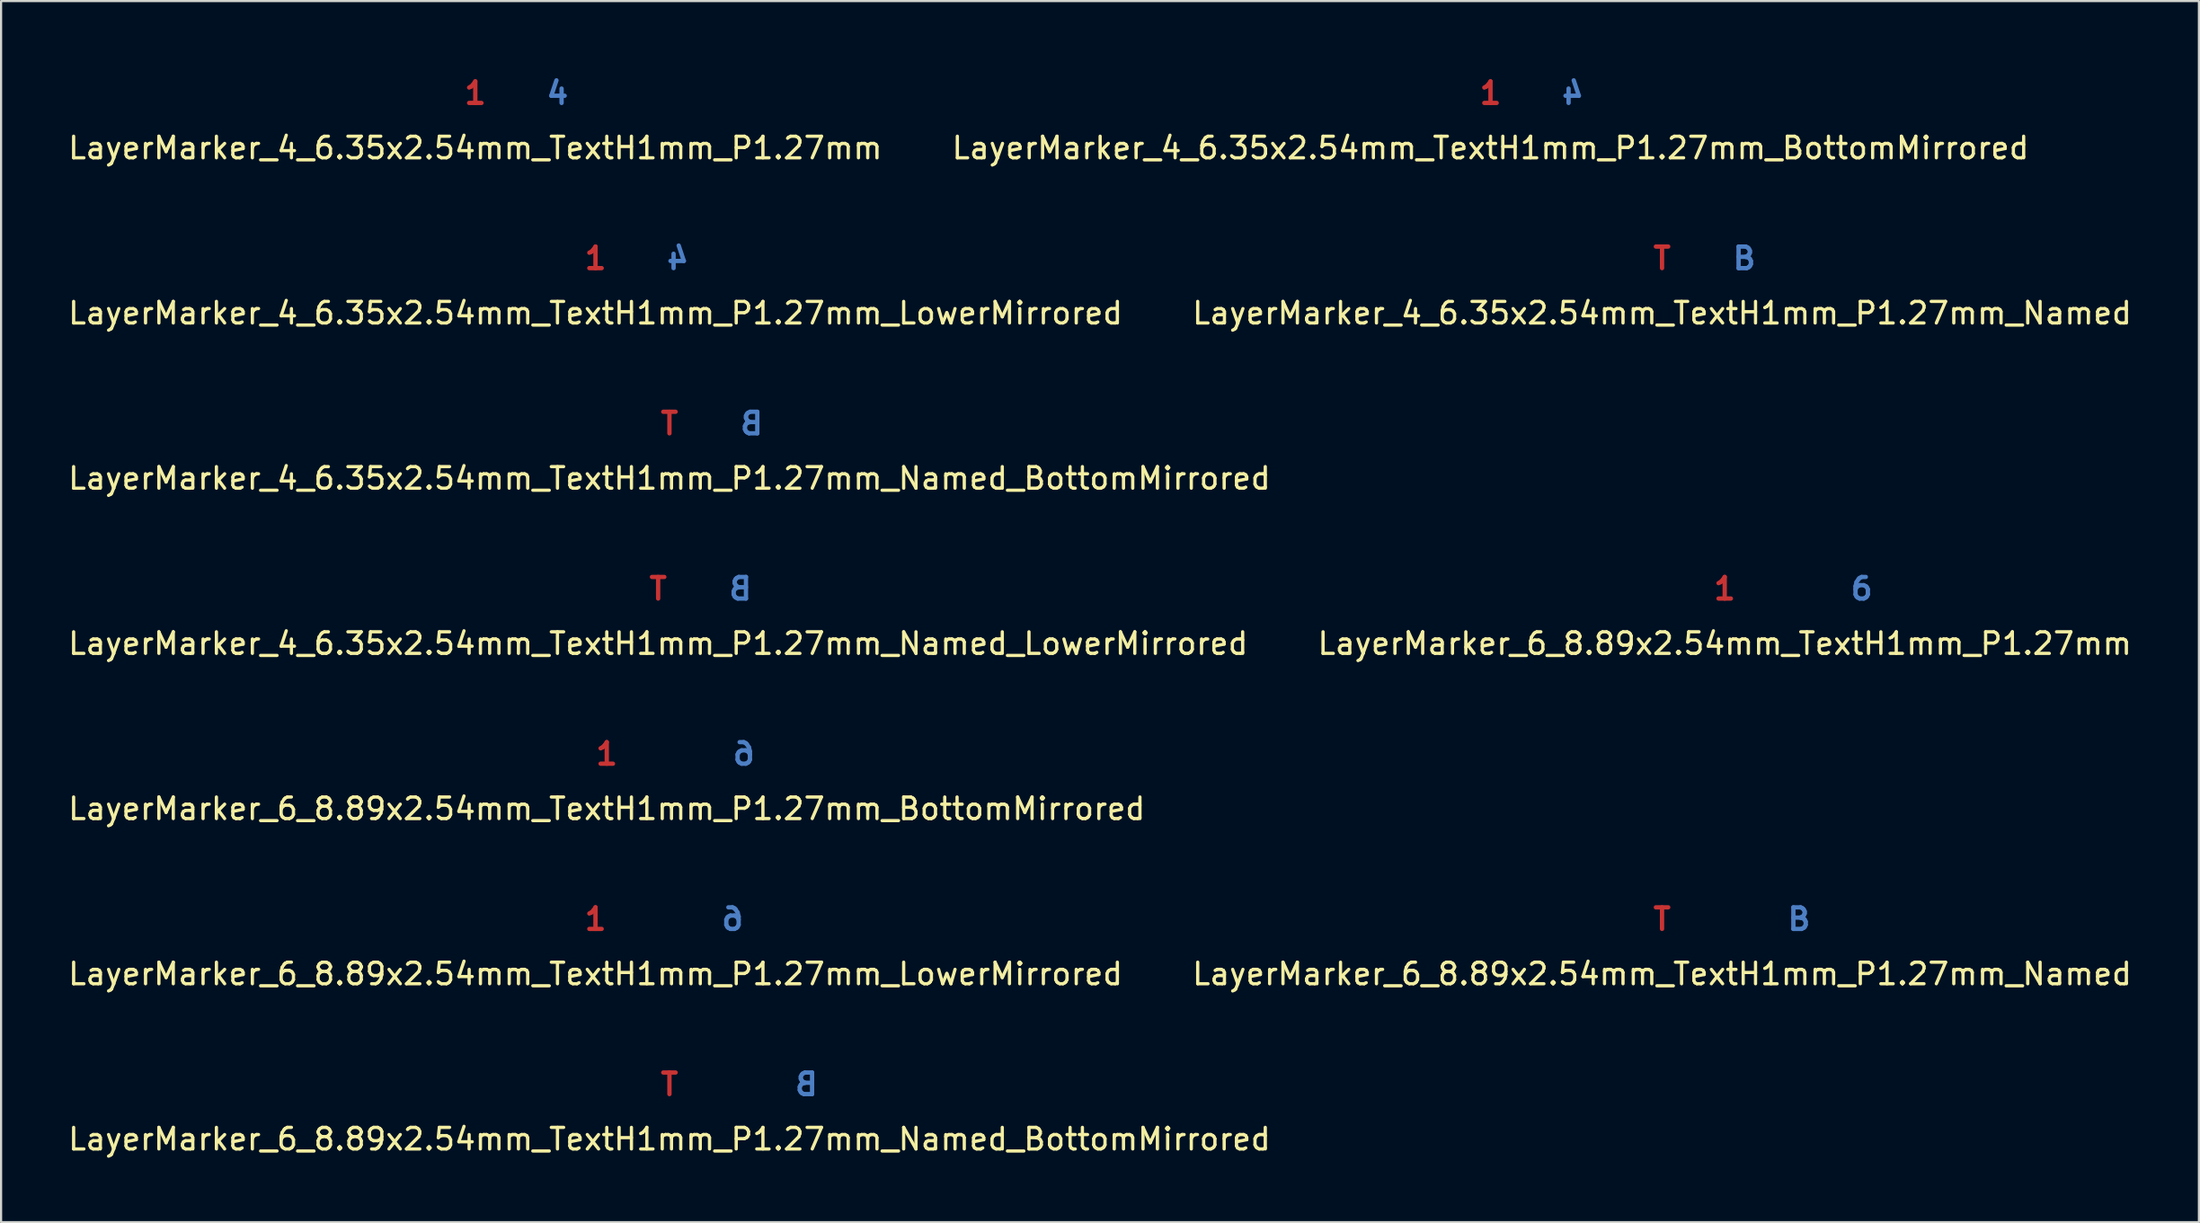
<source format=kicad_pcb>
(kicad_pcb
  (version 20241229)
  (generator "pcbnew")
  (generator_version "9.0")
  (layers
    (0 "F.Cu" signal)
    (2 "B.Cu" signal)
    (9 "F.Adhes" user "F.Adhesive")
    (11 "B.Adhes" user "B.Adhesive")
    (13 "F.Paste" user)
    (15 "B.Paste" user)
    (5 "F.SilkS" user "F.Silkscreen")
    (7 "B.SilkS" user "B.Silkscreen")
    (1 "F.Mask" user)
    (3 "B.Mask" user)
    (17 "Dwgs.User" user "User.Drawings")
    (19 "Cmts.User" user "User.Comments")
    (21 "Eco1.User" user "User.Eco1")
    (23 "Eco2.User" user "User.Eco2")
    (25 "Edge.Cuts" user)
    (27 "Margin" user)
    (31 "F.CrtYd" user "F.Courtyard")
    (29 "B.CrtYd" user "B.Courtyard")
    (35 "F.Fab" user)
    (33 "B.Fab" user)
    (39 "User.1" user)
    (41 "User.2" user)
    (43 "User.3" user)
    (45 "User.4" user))
  (footprint "LayerMarker_6_8.89x2.54mm_TextH1mm_P1.27mm_Named_BottomMirrored"
    (layer "F.Cu")
    (at 27.982 48.489)
    (property "Reference" "LayerMarker_6_8.89x2.54mm_TextH1mm_P1.27mm_Named_BottomMirrored" (at 0 1.27 0) (layer "F.SilkS") (effects (font (size 1 1) (thickness 0.15))))
    (attr board_only exclude_from_pos_files exclude_from_bom allow_missing_courtyard)
    (fp_text user "T" (at 0 -1.27 0) (layer "F.Cu") (effects (font (size 1 1) (thickness 0.2))))
    (fp_text user "B" (at 6.35 -1.27 0) (layer "B.Cu") (effects (font (size 1 1) (thickness 0.2)) (justify mirror)))
    (fp_text user "1" (at 1.27 -1.27 0) (layer "In1.Cu") (effects (font (size 1 1) (thickness 0.2))))
    (fp_text user "2" (at 2.54 -1.27 0) (layer "In2.Cu") (effects (font (size 1 1) (thickness 0.2))))
    (fp_text user "3" (at 3.81 -1.27 0) (layer "In3.Cu") (effects (font (size 1 1) (thickness 0.2))))
    (fp_text user "4" (at 5.08 -1.27 0) (layer "In4.Cu") (effects (font (size 1 1) (thickness 0.2))))
    (zone (net_name "") (layers "F.Cu" "B.Cu") (hatch edge 0.5) (connect_pads) (min_thickness 0.25) (filled_areas_thickness no) (keepout (tracks not_allowed) (vias not_allowed) (pads not_allowed) (copperpour not_allowed) (footprints allowed)) (placement (enabled no)) (fill) (polygon (pts (xy 26.712 45.95) (xy 35.602 45.95) (xy 35.602 48.489) (xy 26.712 48.489)))))
  (footprint "LayerMarker_4_6.35x2.54mm_TextH1mm_P1.27mm"
    (layer "F.Cu")
    (at 18.982 2.54)
    (property "Reference" "LayerMarker_4_6.35x2.54mm_TextH1mm_P1.27mm" (at 0 1.27 0) (layer "F.SilkS") (effects (font (size 1 1) (thickness 0.15))))
    (attr board_only exclude_from_pos_files exclude_from_bom allow_missing_courtyard)
    (fp_text user "1" (at 0 -1.27 0) (layer "F.Cu") (effects (font (size 1 1) (thickness 0.2))))
    (fp_text user "4" (at 3.81 -1.27 0) (layer "B.Cu") (effects (font (size 1 1) (thickness 0.2))))
    (fp_text user "2" (at 1.27 -1.27 0) (layer "In1.Cu") (effects (font (size 1 1) (thickness 0.2))))
    (fp_text user "3" (at 2.54 -1.27 0) (layer "In2.Cu") (effects (font (size 1 1) (thickness 0.2))))
    (zone (net_name "") (layers "F.Cu" "B.Cu") (hatch edge 0.5) (connect_pads) (min_thickness 0.25) (filled_areas_thickness no) (keepout (tracks not_allowed) (vias not_allowed) (pads not_allowed) (copperpour not_allowed) (footprints allowed)) (placement (enabled no)) (fill) (polygon (pts (xy 17.712 0) (xy 24.062 0) (xy 24.062 2.54) (xy 17.712 2.54)))))
  (footprint "LayerMarker_6_8.89x2.54mm_TextH1mm_P1.27mm_BottomMirrored"
    (layer "F.Cu")
    (at 25.077 33.173)
    (property "Reference" "LayerMarker_6_8.89x2.54mm_TextH1mm_P1.27mm_BottomMirrored" (at 0 1.27 0) (layer "F.SilkS") (effects (font (size 1 1) (thickness 0.15))))
    (attr board_only exclude_from_pos_files exclude_from_bom allow_missing_courtyard)
    (fp_text user "1" (at 0 -1.27 0) (layer "F.Cu") (effects (font (size 1 1) (thickness 0.2))))
    (fp_text user "6" (at 6.35 -1.27 0) (layer "B.Cu") (effects (font (size 1 1) (thickness 0.2)) (justify mirror)))
    (fp_text user "2" (at 1.27 -1.27 0) (layer "In1.Cu") (effects (font (size 1 1) (thickness 0.2))))
    (fp_text user "3" (at 2.54 -1.27 0) (layer "In2.Cu") (effects (font (size 1 1) (thickness 0.2))))
    (fp_text user "4" (at 3.81 -1.27 0) (layer "In3.Cu") (effects (font (size 1 1) (thickness 0.2))))
    (fp_text user "5" (at 5.08 -1.27 0) (layer "In4.Cu") (effects (font (size 1 1) (thickness 0.2))))
    (zone (net_name "") (layers "F.Cu" "B.Cu") (hatch edge 0.5) (connect_pads) (min_thickness 0.25) (filled_areas_thickness no) (keepout (tracks not_allowed) (vias not_allowed) (pads not_allowed) (copperpour not_allowed) (footprints allowed)) (placement (enabled no)) (fill) (polygon (pts (xy 23.807 30.633) (xy 32.697 30.633) (xy 32.697 33.173) (xy 23.807 33.173)))))
  (footprint "LayerMarker_4_6.35x2.54mm_TextH1mm_P1.27mm_Named"
    (layer "F.Cu")
    (at 73.994 10.198)
    (property "Reference" "LayerMarker_4_6.35x2.54mm_TextH1mm_P1.27mm_Named" (at 0 1.27 0) (layer "F.SilkS") (effects (font (size 1 1) (thickness 0.15))))
    (attr board_only exclude_from_pos_files exclude_from_bom allow_missing_courtyard)
    (fp_text user "T" (at 0 -1.27 0) (layer "F.Cu") (effects (font (size 1 1) (thickness 0.2))))
    (fp_text user "B" (at 3.81 -1.27 0) (layer "B.Cu") (effects (font (size 1 1) (thickness 0.2))))
    (fp_text user "1" (at 1.27 -1.27 0) (layer "In1.Cu") (effects (font (size 1 1) (thickness 0.2))))
    (fp_text user "2" (at 2.54 -1.27 0) (layer "In2.Cu") (effects (font (size 1 1) (thickness 0.2))))
    (zone (net_name "") (layers "F.Cu" "B.Cu") (hatch edge 0.5) (connect_pads) (min_thickness 0.25) (filled_areas_thickness no) (keepout (tracks not_allowed) (vias not_allowed) (pads not_allowed) (copperpour not_allowed) (footprints allowed)) (placement (enabled no)) (fill) (polygon (pts (xy 72.724 7.658) (xy 79.074 7.658) (xy 79.074 10.198) (xy 72.724 10.198)))))
  (footprint "LayerMarker_4_6.35x2.54mm_TextH1mm_P1.27mm_Named_LowerMirrored"
    (layer "F.Cu")
    (at 27.458 25.515)
    (property "Reference" "LayerMarker_4_6.35x2.54mm_TextH1mm_P1.27mm_Named_LowerMirrored" (at 0 1.27 0) (layer "F.SilkS") (effects (font (size 1 1) (thickness 0.15))))
    (attr board_only exclude_from_pos_files exclude_from_bom allow_missing_courtyard)
    (fp_text user "T" (at 0 -1.27 0) (layer "F.Cu") (effects (font (size 1 1) (thickness 0.2))))
    (fp_text user "B" (at 3.81 -1.27 0) (layer "B.Cu") (effects (font (size 1 1) (thickness 0.2)) (justify mirror)))
    (fp_text user "1" (at 1.27 -1.27 0) (layer "In1.Cu") (effects (font (size 1 1) (thickness 0.2))))
    (fp_text user "2" (at 2.54 -1.27 0) (layer "In2.Cu") (effects (font (size 1 1) (thickness 0.2)) (justify mirror)))
    (zone (net_name "") (layers "F.Cu" "B.Cu") (hatch edge 0.5) (connect_pads) (min_thickness 0.25) (filled_areas_thickness no) (keepout (tracks not_allowed) (vias not_allowed) (pads not_allowed) (copperpour not_allowed) (footprints allowed)) (placement (enabled no)) (fill) (polygon (pts (xy 26.188 22.975) (xy 32.538 22.975) (xy 32.538 25.515) (xy 26.188 25.515)))))
  (footprint "LayerMarker_6_8.89x2.54mm_TextH1mm_P1.27mm"
    (layer "F.Cu")
    (at 76.899 25.515)
    (property "Reference" "LayerMarker_6_8.89x2.54mm_TextH1mm_P1.27mm" (at 0 1.27 0) (layer "F.SilkS") (effects (font (size 1 1) (thickness 0.15))))
    (attr board_only exclude_from_pos_files exclude_from_bom allow_missing_courtyard)
    (fp_text user "1" (at 0 -1.27 0) (layer "F.Cu") (effects (font (size 1 1) (thickness 0.2))))
    (fp_text user "6" (at 6.35 -1.27 0) (layer "B.Cu") (effects (font (size 1 1) (thickness 0.2))))
    (fp_text user "2" (at 1.27 -1.27 0) (layer "In1.Cu") (effects (font (size 1 1) (thickness 0.2))))
    (fp_text user "3" (at 2.54 -1.27 0) (layer "In2.Cu") (effects (font (size 1 1) (thickness 0.2))))
    (fp_text user "4" (at 3.81 -1.27 0) (layer "In3.Cu") (effects (font (size 1 1) (thickness 0.2))))
    (fp_text user "5" (at 5.08 -1.27 0) (layer "In4.Cu") (effects (font (size 1 1) (thickness 0.2))))
    (zone (net_name "") (layers "F.Cu" "B.Cu") (hatch edge 0.5) (connect_pads) (min_thickness 0.25) (filled_areas_thickness no) (keepout (tracks not_allowed) (vias not_allowed) (pads not_allowed) (copperpour not_allowed) (footprints allowed)) (placement (enabled no)) (fill) (polygon (pts (xy 75.629 22.975) (xy 84.519 22.975) (xy 84.519 25.515) (xy 75.629 25.515)))))
  (footprint "LayerMarker_4_6.35x2.54mm_TextH1mm_P1.27mm_LowerMirrored"
    (layer "F.Cu")
    (at 24.554 10.198)
    (property "Reference" "LayerMarker_4_6.35x2.54mm_TextH1mm_P1.27mm_LowerMirrored" (at 0 1.27 0) (layer "F.SilkS") (effects (font (size 1 1) (thickness 0.15))))
    (attr board_only exclude_from_pos_files exclude_from_bom allow_missing_courtyard)
    (fp_text user "1" (at 0 -1.27 0) (layer "F.Cu") (effects (font (size 1 1) (thickness 0.2))))
    (fp_text user "4" (at 3.81 -1.27 0) (layer "B.Cu") (effects (font (size 1 1) (thickness 0.2)) (justify mirror)))
    (fp_text user "2" (at 1.27 -1.27 0) (layer "In1.Cu") (effects (font (size 1 1) (thickness 0.2))))
    (fp_text user "3" (at 2.54 -1.27 0) (layer "In2.Cu") (effects (font (size 1 1) (thickness 0.2)) (justify mirror)))
    (zone (net_name "") (layers "F.Cu" "B.Cu") (hatch edge 0.5) (connect_pads) (min_thickness 0.25) (filled_areas_thickness no) (keepout (tracks not_allowed) (vias not_allowed) (pads not_allowed) (copperpour not_allowed) (footprints allowed)) (placement (enabled no)) (fill) (polygon (pts (xy 23.284 7.658) (xy 29.634 7.658) (xy 29.634 10.198) (xy 23.284 10.198)))))
  (footprint "LayerMarker_4_6.35x2.54mm_TextH1mm_P1.27mm_Named_BottomMirrored"
    (layer "F.Cu")
    (at 27.982 17.857)
    (property "Reference" "LayerMarker_4_6.35x2.54mm_TextH1mm_P1.27mm_Named_BottomMirrored" (at 0 1.27 0) (layer "F.SilkS") (effects (font (size 1 1) (thickness 0.15))))
    (attr board_only exclude_from_pos_files exclude_from_bom allow_missing_courtyard)
    (fp_text user "T" (at 0 -1.27 0) (layer "F.Cu") (effects (font (size 1 1) (thickness 0.2))))
    (fp_text user "B" (at 3.81 -1.27 0) (layer "B.Cu") (effects (font (size 1 1) (thickness 0.2)) (justify mirror)))
    (fp_text user "1" (at 1.27 -1.27 0) (layer "In1.Cu") (effects (font (size 1 1) (thickness 0.2))))
    (fp_text user "2" (at 2.54 -1.27 0) (layer "In2.Cu") (effects (font (size 1 1) (thickness 0.2))))
    (zone (net_name "") (layers "F.Cu" "B.Cu") (hatch edge 0.5) (connect_pads) (min_thickness 0.25) (filled_areas_thickness no) (keepout (tracks not_allowed) (vias not_allowed) (pads not_allowed) (copperpour not_allowed) (footprints allowed)) (placement (enabled no)) (fill) (polygon (pts (xy 26.712 15.316) (xy 33.062 15.316) (xy 33.062 17.857) (xy 26.712 17.857)))))
  (footprint "LayerMarker_6_8.89x2.54mm_TextH1mm_P1.27mm_LowerMirrored"
    (layer "F.Cu")
    (at 24.554 40.831)
    (property "Reference" "LayerMarker_6_8.89x2.54mm_TextH1mm_P1.27mm_LowerMirrored" (at 0 1.27 0) (layer "F.SilkS") (effects (font (size 1 1) (thickness 0.15))))
    (attr board_only exclude_from_pos_files exclude_from_bom allow_missing_courtyard)
    (fp_text user "1" (at 0 -1.27 0) (layer "F.Cu") (effects (font (size 1 1) (thickness 0.2))))
    (fp_text user "6" (at 6.35 -1.27 0) (layer "B.Cu") (effects (font (size 1 1) (thickness 0.2)) (justify mirror)))
    (fp_text user "2" (at 1.27 -1.27 0) (layer "In1.Cu") (effects (font (size 1 1) (thickness 0.2))))
    (fp_text user "3" (at 2.54 -1.27 0) (layer "In2.Cu") (effects (font (size 1 1) (thickness 0.2))))
    (fp_text user "4" (at 3.81 -1.27 0) (layer "In3.Cu") (effects (font (size 1 1) (thickness 0.2)) (justify mirror)))
    (fp_text user "5" (at 5.08 -1.27 0) (layer "In4.Cu") (effects (font (size 1 1) (thickness 0.2)) (justify mirror)))
    (zone (net_name "") (layers "F.Cu" "B.Cu") (hatch edge 0.5) (connect_pads) (min_thickness 0.25) (filled_areas_thickness no) (keepout (tracks not_allowed) (vias not_allowed) (pads not_allowed) (copperpour not_allowed) (footprints allowed)) (placement (enabled no)) (fill) (polygon (pts (xy 23.284 38.291) (xy 32.174 38.291) (xy 32.174 40.831) (xy 23.284 40.831)))))
  (footprint "LayerMarker_4_6.35x2.54mm_TextH1mm_P1.27mm_BottomMirrored"
    (layer "F.Cu")
    (at 66.042 2.54)
    (property "Reference" "LayerMarker_4_6.35x2.54mm_TextH1mm_P1.27mm_BottomMirrored" (at 0 1.27 0) (layer "F.SilkS") (effects (font (size 1 1) (thickness 0.15))))
    (attr board_only exclude_from_pos_files exclude_from_bom allow_missing_courtyard)
    (fp_text user "1" (at 0 -1.27 0) (layer "F.Cu") (effects (font (size 1 1) (thickness 0.2))))
    (fp_text user "4" (at 3.81 -1.27 0) (layer "B.Cu") (effects (font (size 1 1) (thickness 0.2)) (justify mirror)))
    (fp_text user "2" (at 1.27 -1.27 0) (layer "In1.Cu") (effects (font (size 1 1) (thickness 0.2))))
    (fp_text user "3" (at 2.54 -1.27 0) (layer "In2.Cu") (effects (font (size 1 1) (thickness 0.2))))
    (zone (net_name "") (layers "F.Cu" "B.Cu") (hatch edge 0.5) (connect_pads) (min_thickness 0.25) (filled_areas_thickness no) (keepout (tracks not_allowed) (vias not_allowed) (pads not_allowed) (copperpour not_allowed) (footprints allowed)) (placement (enabled no)) (fill) (polygon (pts (xy 64.772 0) (xy 71.122 0) (xy 71.122 2.54) (xy 64.772 2.54)))))
  (footprint "LayerMarker_6_8.89x2.54mm_TextH1mm_P1.27mm_Named"
    (layer "F.Cu")
    (at 73.994 40.831)
    (property "Reference" "LayerMarker_6_8.89x2.54mm_TextH1mm_P1.27mm_Named" (at 0 1.27 0) (layer "F.SilkS") (effects (font (size 1 1) (thickness 0.15))))
    (attr board_only exclude_from_pos_files exclude_from_bom allow_missing_courtyard)
    (fp_text user "T" (at 0 -1.27 0) (layer "F.Cu") (effects (font (size 1 1) (thickness 0.2))))
    (fp_text user "B" (at 6.35 -1.27 0) (layer "B.Cu") (effects (font (size 1 1) (thickness 0.2))))
    (fp_text user "1" (at 1.27 -1.27 0) (layer "In1.Cu") (effects (font (size 1 1) (thickness 0.2))))
    (fp_text user "2" (at 2.54 -1.27 0) (layer "In2.Cu") (effects (font (size 1 1) (thickness 0.2))))
    (fp_text user "3" (at 3.81 -1.27 0) (layer "In3.Cu") (effects (font (size 1 1) (thickness 0.2))))
    (fp_text user "4" (at 5.08 -1.27 0) (layer "In4.Cu") (effects (font (size 1 1) (thickness 0.2))))
    (zone (net_name "") (layers "F.Cu" "B.Cu") (hatch edge 0.5) (connect_pads) (min_thickness 0.25) (filled_areas_thickness no) (keepout (tracks not_allowed) (vias not_allowed) (pads not_allowed) (copperpour not_allowed) (footprints allowed)) (placement (enabled no)) (fill) (polygon (pts (xy 72.724 38.291) (xy 81.614 38.291) (xy 81.614 40.831) (xy 72.724 40.831)))))
  (gr_rect
    (start -3 -3)
    (end 98.881 53.608)
    (stroke (width 0.1) (type default))
    (fill no)
    (layer "Edge.Cuts")))
</source>
